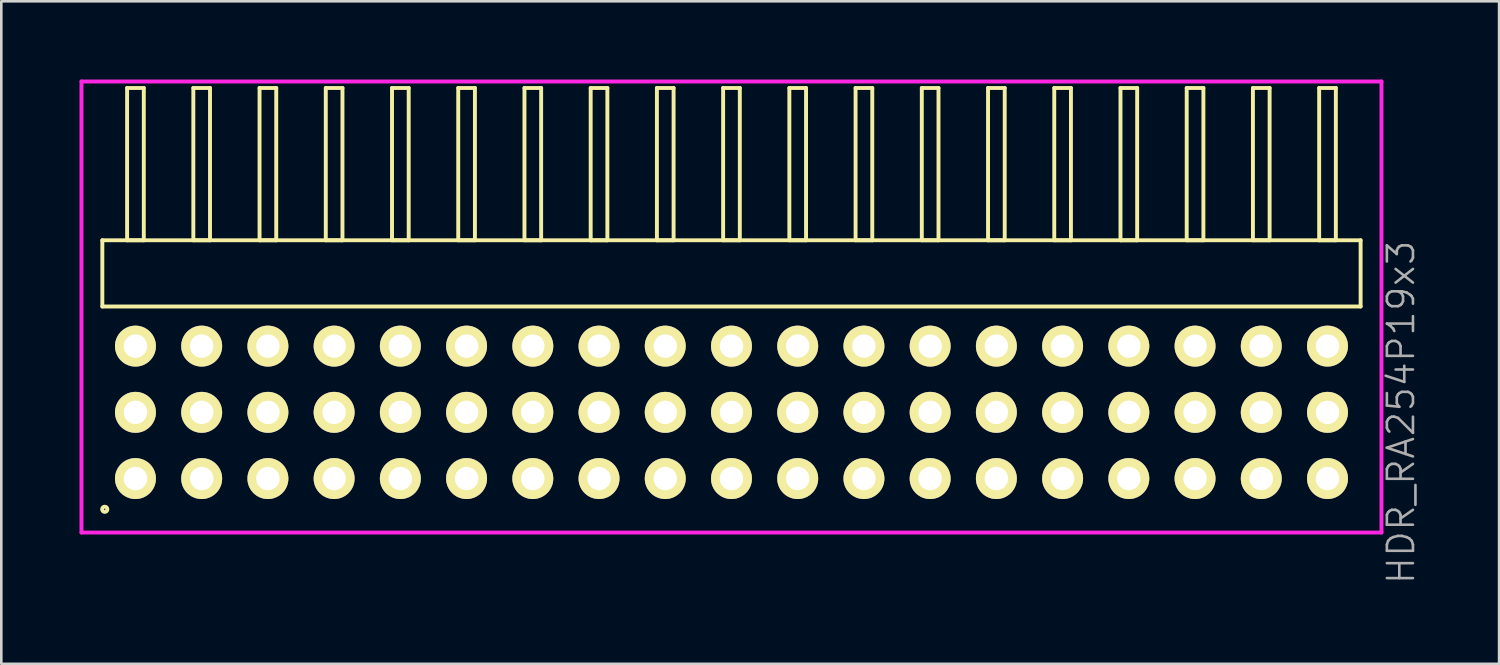
<source format=kicad_pcb>
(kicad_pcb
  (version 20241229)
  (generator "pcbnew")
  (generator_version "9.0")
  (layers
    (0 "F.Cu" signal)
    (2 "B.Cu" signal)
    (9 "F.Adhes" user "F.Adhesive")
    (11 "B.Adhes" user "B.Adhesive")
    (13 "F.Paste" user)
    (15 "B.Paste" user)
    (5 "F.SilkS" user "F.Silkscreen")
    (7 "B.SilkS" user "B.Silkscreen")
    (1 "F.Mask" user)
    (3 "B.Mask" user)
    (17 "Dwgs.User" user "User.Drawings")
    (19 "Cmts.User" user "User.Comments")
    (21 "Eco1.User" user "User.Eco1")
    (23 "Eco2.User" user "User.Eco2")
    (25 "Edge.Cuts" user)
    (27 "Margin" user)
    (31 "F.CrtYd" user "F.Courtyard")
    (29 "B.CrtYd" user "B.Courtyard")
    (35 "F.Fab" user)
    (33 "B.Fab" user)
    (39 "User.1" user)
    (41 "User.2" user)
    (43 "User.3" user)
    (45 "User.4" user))
  (footprint "HDR_RA254P19x3"
    (layer "F.Cu")
    (at 25.005 12.765)
    (property "Reference" "HDR_RA254P19x3" (at 25.68 0 90) (layer "F.Fab") (effects (font (size 1 1) (thickness 0.1))))
    (attr through_hole)
    (fp_line (start -24.13 -6.6) (end -24.13 -4.06) (stroke (width 0.15) (type solid)) (layer "F.SilkS"))
    (fp_line (start -24.13 -4.06) (end 24.13 -4.06) (stroke (width 0.15) (type solid)) (layer "F.SilkS"))
    (fp_line (start -23.18 -12.44) (end -23.18 -6.6) (stroke (width 0.15) (type solid)) (layer "F.SilkS"))
    (fp_line (start -23.18 -6.6) (end -22.54 -6.6) (stroke (width 0.15) (type solid)) (layer "F.SilkS"))
    (fp_line (start -22.54 -12.44) (end -23.18 -12.44) (stroke (width 0.15) (type solid)) (layer "F.SilkS"))
    (fp_line (start -22.54 -6.6) (end -22.54 -12.44) (stroke (width 0.15) (type solid)) (layer "F.SilkS"))
    (fp_line (start -20.64 -12.44) (end -20.64 -6.6) (stroke (width 0.15) (type solid)) (layer "F.SilkS"))
    (fp_line (start -20.64 -6.6) (end -20 -6.6) (stroke (width 0.15) (type solid)) (layer "F.SilkS"))
    (fp_line (start -20 -12.44) (end -20.64 -12.44) (stroke (width 0.15) (type solid)) (layer "F.SilkS"))
    (fp_line (start -20 -6.6) (end -20 -12.44) (stroke (width 0.15) (type solid)) (layer "F.SilkS"))
    (fp_line (start -18.1 -12.44) (end -18.1 -6.6) (stroke (width 0.15) (type solid)) (layer "F.SilkS"))
    (fp_line (start -18.1 -6.6) (end -17.46 -6.6) (stroke (width 0.15) (type solid)) (layer "F.SilkS"))
    (fp_line (start -17.46 -12.44) (end -18.1 -12.44) (stroke (width 0.15) (type solid)) (layer "F.SilkS"))
    (fp_line (start -17.46 -6.6) (end -17.46 -12.44) (stroke (width 0.15) (type solid)) (layer "F.SilkS"))
    (fp_line (start -15.56 -12.44) (end -15.56 -6.6) (stroke (width 0.15) (type solid)) (layer "F.SilkS"))
    (fp_line (start -15.56 -6.6) (end -14.92 -6.6) (stroke (width 0.15) (type solid)) (layer "F.SilkS"))
    (fp_line (start -14.92 -12.44) (end -15.56 -12.44) (stroke (width 0.15) (type solid)) (layer "F.SilkS"))
    (fp_line (start -14.92 -6.6) (end -14.92 -12.44) (stroke (width 0.15) (type solid)) (layer "F.SilkS"))
    (fp_line (start -13.02 -12.44) (end -13.02 -6.6) (stroke (width 0.15) (type solid)) (layer "F.SilkS"))
    (fp_line (start -13.02 -6.6) (end -12.38 -6.6) (stroke (width 0.15) (type solid)) (layer "F.SilkS"))
    (fp_line (start -12.38 -12.44) (end -13.02 -12.44) (stroke (width 0.15) (type solid)) (layer "F.SilkS"))
    (fp_line (start -12.38 -6.6) (end -12.38 -12.44) (stroke (width 0.15) (type solid)) (layer "F.SilkS"))
    (fp_line (start -10.48 -12.44) (end -10.48 -6.6) (stroke (width 0.15) (type solid)) (layer "F.SilkS"))
    (fp_line (start -10.48 -6.6) (end -9.84 -6.6) (stroke (width 0.15) (type solid)) (layer "F.SilkS"))
    (fp_line (start -9.84 -12.44) (end -10.48 -12.44) (stroke (width 0.15) (type solid)) (layer "F.SilkS"))
    (fp_line (start -9.84 -6.6) (end -9.84 -12.44) (stroke (width 0.15) (type solid)) (layer "F.SilkS"))
    (fp_line (start -7.94 -12.44) (end -7.94 -6.6) (stroke (width 0.15) (type solid)) (layer "F.SilkS"))
    (fp_line (start -7.94 -6.6) (end -7.3 -6.6) (stroke (width 0.15) (type solid)) (layer "F.SilkS"))
    (fp_line (start -7.3 -12.44) (end -7.94 -12.44) (stroke (width 0.15) (type solid)) (layer "F.SilkS"))
    (fp_line (start -7.3 -6.6) (end -7.3 -12.44) (stroke (width 0.15) (type solid)) (layer "F.SilkS"))
    (fp_line (start -5.4 -12.44) (end -5.4 -6.6) (stroke (width 0.15) (type solid)) (layer "F.SilkS"))
    (fp_line (start -5.4 -6.6) (end -4.76 -6.6) (stroke (width 0.15) (type solid)) (layer "F.SilkS"))
    (fp_line (start -4.76 -12.44) (end -5.4 -12.44) (stroke (width 0.15) (type solid)) (layer "F.SilkS"))
    (fp_line (start -4.76 -6.6) (end -4.76 -12.44) (stroke (width 0.15) (type solid)) (layer "F.SilkS"))
    (fp_line (start -2.86 -12.44) (end -2.86 -6.6) (stroke (width 0.15) (type solid)) (layer "F.SilkS"))
    (fp_line (start -2.86 -6.6) (end -2.22 -6.6) (stroke (width 0.15) (type solid)) (layer "F.SilkS"))
    (fp_line (start -2.22 -12.44) (end -2.86 -12.44) (stroke (width 0.15) (type solid)) (layer "F.SilkS"))
    (fp_line (start -2.22 -6.6) (end -2.22 -12.44) (stroke (width 0.15) (type solid)) (layer "F.SilkS"))
    (fp_line (start -0.32 -12.44) (end -0.32 -6.6) (stroke (width 0.15) (type solid)) (layer "F.SilkS"))
    (fp_line (start -0.32 -6.6) (end 0.32 -6.6) (stroke (width 0.15) (type solid)) (layer "F.SilkS"))
    (fp_line (start 0.32 -12.44) (end -0.32 -12.44) (stroke (width 0.15) (type solid)) (layer "F.SilkS"))
    (fp_line (start 0.32 -6.6) (end 0.32 -12.44) (stroke (width 0.15) (type solid)) (layer "F.SilkS"))
    (fp_line (start 2.22 -12.44) (end 2.22 -6.6) (stroke (width 0.15) (type solid)) (layer "F.SilkS"))
    (fp_line (start 2.22 -6.6) (end 2.86 -6.6) (stroke (width 0.15) (type solid)) (layer "F.SilkS"))
    (fp_line (start 2.86 -12.44) (end 2.22 -12.44) (stroke (width 0.15) (type solid)) (layer "F.SilkS"))
    (fp_line (start 2.86 -6.6) (end 2.86 -12.44) (stroke (width 0.15) (type solid)) (layer "F.SilkS"))
    (fp_line (start 4.76 -12.44) (end 4.76 -6.6) (stroke (width 0.15) (type solid)) (layer "F.SilkS"))
    (fp_line (start 4.76 -6.6) (end 5.4 -6.6) (stroke (width 0.15) (type solid)) (layer "F.SilkS"))
    (fp_line (start 5.4 -12.44) (end 4.76 -12.44) (stroke (width 0.15) (type solid)) (layer "F.SilkS"))
    (fp_line (start 5.4 -6.6) (end 5.4 -12.44) (stroke (width 0.15) (type solid)) (layer "F.SilkS"))
    (fp_line (start 7.3 -12.44) (end 7.3 -6.6) (stroke (width 0.15) (type solid)) (layer "F.SilkS"))
    (fp_line (start 7.3 -6.6) (end 7.94 -6.6) (stroke (width 0.15) (type solid)) (layer "F.SilkS"))
    (fp_line (start 7.94 -12.44) (end 7.3 -12.44) (stroke (width 0.15) (type solid)) (layer "F.SilkS"))
    (fp_line (start 7.94 -6.6) (end 7.94 -12.44) (stroke (width 0.15) (type solid)) (layer "F.SilkS"))
    (fp_line (start 9.84 -12.44) (end 9.84 -6.6) (stroke (width 0.15) (type solid)) (layer "F.SilkS"))
    (fp_line (start 9.84 -6.6) (end 10.48 -6.6) (stroke (width 0.15) (type solid)) (layer "F.SilkS"))
    (fp_line (start 10.48 -12.44) (end 9.84 -12.44) (stroke (width 0.15) (type solid)) (layer "F.SilkS"))
    (fp_line (start 10.48 -6.6) (end 10.48 -12.44) (stroke (width 0.15) (type solid)) (layer "F.SilkS"))
    (fp_line (start 12.38 -12.44) (end 12.38 -6.6) (stroke (width 0.15) (type solid)) (layer "F.SilkS"))
    (fp_line (start 12.38 -6.6) (end 13.02 -6.6) (stroke (width 0.15) (type solid)) (layer "F.SilkS"))
    (fp_line (start 13.02 -12.44) (end 12.38 -12.44) (stroke (width 0.15) (type solid)) (layer "F.SilkS"))
    (fp_line (start 13.02 -6.6) (end 13.02 -12.44) (stroke (width 0.15) (type solid)) (layer "F.SilkS"))
    (fp_line (start 14.92 -12.44) (end 14.92 -6.6) (stroke (width 0.15) (type solid)) (layer "F.SilkS"))
    (fp_line (start 14.92 -6.6) (end 15.56 -6.6) (stroke (width 0.15) (type solid)) (layer "F.SilkS"))
    (fp_line (start 15.56 -12.44) (end 14.92 -12.44) (stroke (width 0.15) (type solid)) (layer "F.SilkS"))
    (fp_line (start 15.56 -6.6) (end 15.56 -12.44) (stroke (width 0.15) (type solid)) (layer "F.SilkS"))
    (fp_line (start 17.46 -12.44) (end 17.46 -6.6) (stroke (width 0.15) (type solid)) (layer "F.SilkS"))
    (fp_line (start 17.46 -6.6) (end 18.1 -6.6) (stroke (width 0.15) (type solid)) (layer "F.SilkS"))
    (fp_line (start 18.1 -12.44) (end 17.46 -12.44) (stroke (width 0.15) (type solid)) (layer "F.SilkS"))
    (fp_line (start 18.1 -6.6) (end 18.1 -12.44) (stroke (width 0.15) (type solid)) (layer "F.SilkS"))
    (fp_line (start 20 -12.44) (end 20 -6.6) (stroke (width 0.15) (type solid)) (layer "F.SilkS"))
    (fp_line (start 20 -6.6) (end 20.64 -6.6) (stroke (width 0.15) (type solid)) (layer "F.SilkS"))
    (fp_line (start 20.64 -12.44) (end 20 -12.44) (stroke (width 0.15) (type solid)) (layer "F.SilkS"))
    (fp_line (start 20.64 -6.6) (end 20.64 -12.44) (stroke (width 0.15) (type solid)) (layer "F.SilkS"))
    (fp_line (start 22.54 -12.44) (end 22.54 -6.6) (stroke (width 0.15) (type solid)) (layer "F.SilkS"))
    (fp_line (start 22.54 -6.6) (end 23.18 -6.6) (stroke (width 0.15) (type solid)) (layer "F.SilkS"))
    (fp_line (start 23.18 -12.44) (end 22.54 -12.44) (stroke (width 0.15) (type solid)) (layer "F.SilkS"))
    (fp_line (start 23.18 -6.6) (end 23.18 -12.44) (stroke (width 0.15) (type solid)) (layer "F.SilkS"))
    (fp_line (start 24.13 -6.6) (end -24.13 -6.6) (stroke (width 0.15) (type solid)) (layer "F.SilkS"))
    (fp_line (start 24.13 -4.06) (end 24.13 -6.6) (stroke (width 0.15) (type solid)) (layer "F.SilkS"))
    (fp_circle (center -24.037 3.718) (end -23.937 3.718) (stroke (width 0.15) (type solid)) (fill no) (layer "F.SilkS"))
    (fp_line (start -24.93 -12.69) (end -24.93 4.61) (stroke (width 0.15) (type solid)) (layer "F.CrtYd"))
    (fp_line (start -24.93 4.61) (end 24.93 4.61) (stroke (width 0.15) (type solid)) (layer "F.CrtYd"))
    (fp_line (start 24.93 -12.69) (end -24.93 -12.69) (stroke (width 0.15) (type solid)) (layer "F.CrtYd"))
    (fp_line (start 24.93 4.61) (end 24.93 -12.69) (stroke (width 0.15) (type solid)) (layer "F.CrtYd"))
    (pad "1" thru_hole oval (at -22.86 2.54) (size 1.57 1.57) (drill 0.9) (layers "*.Cu" "*.Mask" "F.SilkS"))
    (pad "2" thru_hole oval (at -22.86 0) (size 1.57 1.57) (drill 0.9) (layers "*.Cu" "*.Mask" "F.SilkS"))
    (pad "3" thru_hole oval (at -22.86 -2.54) (size 1.57 1.57) (drill 0.9) (layers "*.Cu" "*.Mask" "F.SilkS"))
    (pad "4" thru_hole oval (at -20.32 2.54) (size 1.57 1.57) (drill 0.9) (layers "*.Cu" "*.Mask" "F.SilkS"))
    (pad "5" thru_hole oval (at -20.32 0) (size 1.57 1.57) (drill 0.9) (layers "*.Cu" "*.Mask" "F.SilkS"))
    (pad "6" thru_hole oval (at -20.32 -2.54) (size 1.57 1.57) (drill 0.9) (layers "*.Cu" "*.Mask" "F.SilkS"))
    (pad "7" thru_hole oval (at -17.78 2.54) (size 1.57 1.57) (drill 0.9) (layers "*.Cu" "*.Mask" "F.SilkS"))
    (pad "8" thru_hole oval (at -17.78 0) (size 1.57 1.57) (drill 0.9) (layers "*.Cu" "*.Mask" "F.SilkS"))
    (pad "9" thru_hole oval (at -17.78 -2.54) (size 1.57 1.57) (drill 0.9) (layers "*.Cu" "*.Mask" "F.SilkS"))
    (pad "10" thru_hole oval (at -15.24 2.54) (size 1.57 1.57) (drill 0.9) (layers "*.Cu" "*.Mask" "F.SilkS"))
    (pad "11" thru_hole oval (at -15.24 0) (size 1.57 1.57) (drill 0.9) (layers "*.Cu" "*.Mask" "F.SilkS"))
    (pad "12" thru_hole oval (at -15.24 -2.54) (size 1.57 1.57) (drill 0.9) (layers "*.Cu" "*.Mask" "F.SilkS"))
    (pad "13" thru_hole oval (at -12.7 2.54) (size 1.57 1.57) (drill 0.9) (layers "*.Cu" "*.Mask" "F.SilkS"))
    (pad "14" thru_hole oval (at -12.7 0) (size 1.57 1.57) (drill 0.9) (layers "*.Cu" "*.Mask" "F.SilkS"))
    (pad "15" thru_hole oval (at -12.7 -2.54) (size 1.57 1.57) (drill 0.9) (layers "*.Cu" "*.Mask" "F.SilkS"))
    (pad "16" thru_hole oval (at -10.16 2.54) (size 1.57 1.57) (drill 0.9) (layers "*.Cu" "*.Mask" "F.SilkS"))
    (pad "17" thru_hole oval (at -10.16 0) (size 1.57 1.57) (drill 0.9) (layers "*.Cu" "*.Mask" "F.SilkS"))
    (pad "18" thru_hole oval (at -10.16 -2.54) (size 1.57 1.57) (drill 0.9) (layers "*.Cu" "*.Mask" "F.SilkS"))
    (pad "19" thru_hole oval (at -7.62 2.54) (size 1.57 1.57) (drill 0.9) (layers "*.Cu" "*.Mask" "F.SilkS"))
    (pad "20" thru_hole oval (at -7.62 0) (size 1.57 1.57) (drill 0.9) (layers "*.Cu" "*.Mask" "F.SilkS"))
    (pad "21" thru_hole oval (at -7.62 -2.54) (size 1.57 1.57) (drill 0.9) (layers "*.Cu" "*.Mask" "F.SilkS"))
    (pad "22" thru_hole oval (at -5.08 2.54) (size 1.57 1.57) (drill 0.9) (layers "*.Cu" "*.Mask" "F.SilkS"))
    (pad "23" thru_hole oval (at -5.08 0) (size 1.57 1.57) (drill 0.9) (layers "*.Cu" "*.Mask" "F.SilkS"))
    (pad "24" thru_hole oval (at -5.08 -2.54) (size 1.57 1.57) (drill 0.9) (layers "*.Cu" "*.Mask" "F.SilkS"))
    (pad "25" thru_hole oval (at -2.54 2.54) (size 1.57 1.57) (drill 0.9) (layers "*.Cu" "*.Mask" "F.SilkS"))
    (pad "26" thru_hole oval (at -2.54 0) (size 1.57 1.57) (drill 0.9) (layers "*.Cu" "*.Mask" "F.SilkS"))
    (pad "27" thru_hole oval (at -2.54 -2.54) (size 1.57 1.57) (drill 0.9) (layers "*.Cu" "*.Mask" "F.SilkS"))
    (pad "28" thru_hole oval (at 0 2.54) (size 1.57 1.57) (drill 0.9) (layers "*.Cu" "*.Mask" "F.SilkS"))
    (pad "29" thru_hole oval (at 0 0) (size 1.57 1.57) (drill 0.9) (layers "*.Cu" "*.Mask" "F.SilkS"))
    (pad "30" thru_hole oval (at 0 -2.54) (size 1.57 1.57) (drill 0.9) (layers "*.Cu" "*.Mask" "F.SilkS"))
    (pad "31" thru_hole oval (at 2.54 2.54) (size 1.57 1.57) (drill 0.9) (layers "*.Cu" "*.Mask" "F.SilkS"))
    (pad "32" thru_hole oval (at 2.54 0) (size 1.57 1.57) (drill 0.9) (layers "*.Cu" "*.Mask" "F.SilkS"))
    (pad "33" thru_hole oval (at 2.54 -2.54) (size 1.57 1.57) (drill 0.9) (layers "*.Cu" "*.Mask" "F.SilkS"))
    (pad "34" thru_hole oval (at 5.08 2.54) (size 1.57 1.57) (drill 0.9) (layers "*.Cu" "*.Mask" "F.SilkS"))
    (pad "35" thru_hole oval (at 5.08 0) (size 1.57 1.57) (drill 0.9) (layers "*.Cu" "*.Mask" "F.SilkS"))
    (pad "36" thru_hole oval (at 5.08 -2.54) (size 1.57 1.57) (drill 0.9) (layers "*.Cu" "*.Mask" "F.SilkS"))
    (pad "37" thru_hole oval (at 7.62 2.54) (size 1.57 1.57) (drill 0.9) (layers "*.Cu" "*.Mask" "F.SilkS"))
    (pad "38" thru_hole oval (at 7.62 0) (size 1.57 1.57) (drill 0.9) (layers "*.Cu" "*.Mask" "F.SilkS"))
    (pad "39" thru_hole oval (at 7.62 -2.54) (size 1.57 1.57) (drill 0.9) (layers "*.Cu" "*.Mask" "F.SilkS"))
    (pad "40" thru_hole oval (at 10.16 2.54) (size 1.57 1.57) (drill 0.9) (layers "*.Cu" "*.Mask" "F.SilkS"))
    (pad "41" thru_hole oval (at 10.16 0) (size 1.57 1.57) (drill 0.9) (layers "*.Cu" "*.Mask" "F.SilkS"))
    (pad "42" thru_hole oval (at 10.16 -2.54) (size 1.57 1.57) (drill 0.9) (layers "*.Cu" "*.Mask" "F.SilkS"))
    (pad "43" thru_hole oval (at 12.7 2.54) (size 1.57 1.57) (drill 0.9) (layers "*.Cu" "*.Mask" "F.SilkS"))
    (pad "44" thru_hole oval (at 12.7 0) (size 1.57 1.57) (drill 0.9) (layers "*.Cu" "*.Mask" "F.SilkS"))
    (pad "45" thru_hole oval (at 12.7 -2.54) (size 1.57 1.57) (drill 0.9) (layers "*.Cu" "*.Mask" "F.SilkS"))
    (pad "46" thru_hole oval (at 15.24 2.54) (size 1.57 1.57) (drill 0.9) (layers "*.Cu" "*.Mask" "F.SilkS"))
    (pad "47" thru_hole oval (at 15.24 0) (size 1.57 1.57) (drill 0.9) (layers "*.Cu" "*.Mask" "F.SilkS"))
    (pad "48" thru_hole oval (at 15.24 -2.54) (size 1.57 1.57) (drill 0.9) (layers "*.Cu" "*.Mask" "F.SilkS"))
    (pad "49" thru_hole oval (at 17.78 2.54) (size 1.57 1.57) (drill 0.9) (layers "*.Cu" "*.Mask" "F.SilkS"))
    (pad "50" thru_hole oval (at 17.78 0) (size 1.57 1.57) (drill 0.9) (layers "*.Cu" "*.Mask" "F.SilkS"))
    (pad "51" thru_hole oval (at 17.78 -2.54) (size 1.57 1.57) (drill 0.9) (layers "*.Cu" "*.Mask" "F.SilkS"))
    (pad "52" thru_hole oval (at 20.32 2.54) (size 1.57 1.57) (drill 0.9) (layers "*.Cu" "*.Mask" "F.SilkS"))
    (pad "53" thru_hole oval (at 20.32 0) (size 1.57 1.57) (drill 0.9) (layers "*.Cu" "*.Mask" "F.SilkS"))
    (pad "54" thru_hole oval (at 20.32 -2.54) (size 1.57 1.57) (drill 0.9) (layers "*.Cu" "*.Mask" "F.SilkS"))
    (pad "55" thru_hole oval (at 22.86 2.54) (size 1.57 1.57) (drill 0.9) (layers "*.Cu" "*.Mask" "F.SilkS"))
    (pad "56" thru_hole oval (at 22.86 0) (size 1.57 1.57) (drill 0.9) (layers "*.Cu" "*.Mask" "F.SilkS"))
    (pad "57" thru_hole oval (at 22.86 -2.54) (size 1.57 1.57) (drill 0.9) (layers "*.Cu" "*.Mask" "F.SilkS")))
  (gr_rect
    (start -3 -3)
    (end 54.446 22.41)
    (stroke (width 0.1) (type default))
    (fill no)
    (layer "Edge.Cuts")))
</source>
